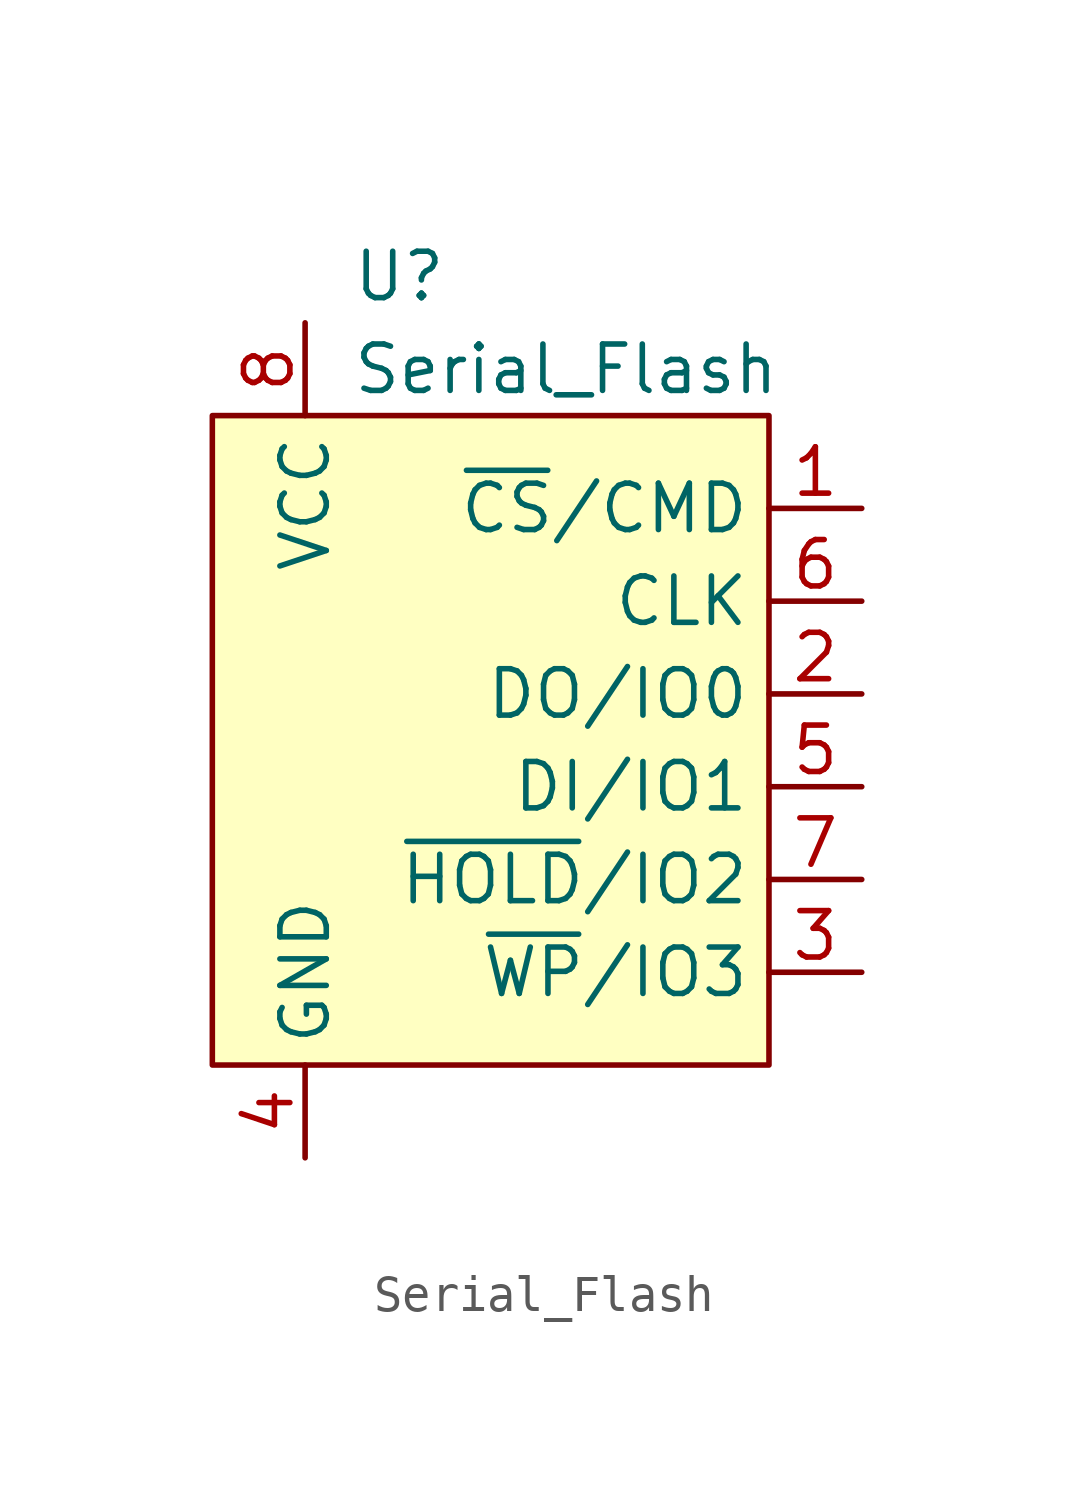
<source format=kicad_sym>
(kicad_symbol_lib
  (version 20211014)
  (generator kicad_symbol_editor)
  (symbol "Serial_Flash"
    (property "Reference" "U"
      (at -3.81 12.7 0)
      (effects (font (size 1.27 1.27)) (justify left)))
    (property "Value" "Serial_Flash"
      (at -3.81 10.16 0)
      (effects (font (size 1.27 1.27)) (justify left)))
    (symbol "Serial_Flash_0_1"
      (rectangle (start -7.62 8.89) (end 7.62 -8.89) (stroke (width 0) (type default) (color 0 0 0 0)) (fill (type background))))
    (symbol "Serial_Flash_1_1"
      (pin input line (at 10.16 6.35 180) (length 2.54) (name "~{CS}/CMD" (effects (font (size 1.27 1.27)))) (number "1" (effects (font (size 1.27 1.27)))))
      (pin bidirectional line (at 10.16 1.27 180) (length 2.54) (name "DO/IO0" (effects (font (size 1.27 1.27)))) (number "2" (effects (font (size 1.27 1.27)))))
      (pin bidirectional line (at 10.16 -6.35 180) (length 2.54) (name "~{WP}/IO3" (effects (font (size 1.27 1.27)))) (number "3" (effects (font (size 1.27 1.27)))))
      (pin power_in line (at -5.08 -11.43 90) (length 2.54) (name "GND" (effects (font (size 1.27 1.27)))) (number "4" (effects (font (size 1.27 1.27)))))
      (pin bidirectional line (at 10.16 -1.27 180) (length 2.54) (name "DI/IO1" (effects (font (size 1.27 1.27)))) (number "5" (effects (font (size 1.27 1.27)))))
      (pin input line (at 10.16 3.81 180) (length 2.54) (name "CLK" (effects (font (size 1.27 1.27)))) (number "6" (effects (font (size 1.27 1.27)))))
      (pin bidirectional line (at 10.16 -3.81 180) (length 2.54) (name "~{HOLD}/IO2" (effects (font (size 1.27 1.27)))) (number "7" (effects (font (size 1.27 1.27)))))
      (pin power_in line (at -5.08 11.43 270) (length 2.54) (name "VCC" (effects (font (size 1.27 1.27)))) (number "8" (effects (font (size 1.27 1.27))))))))
</source>
